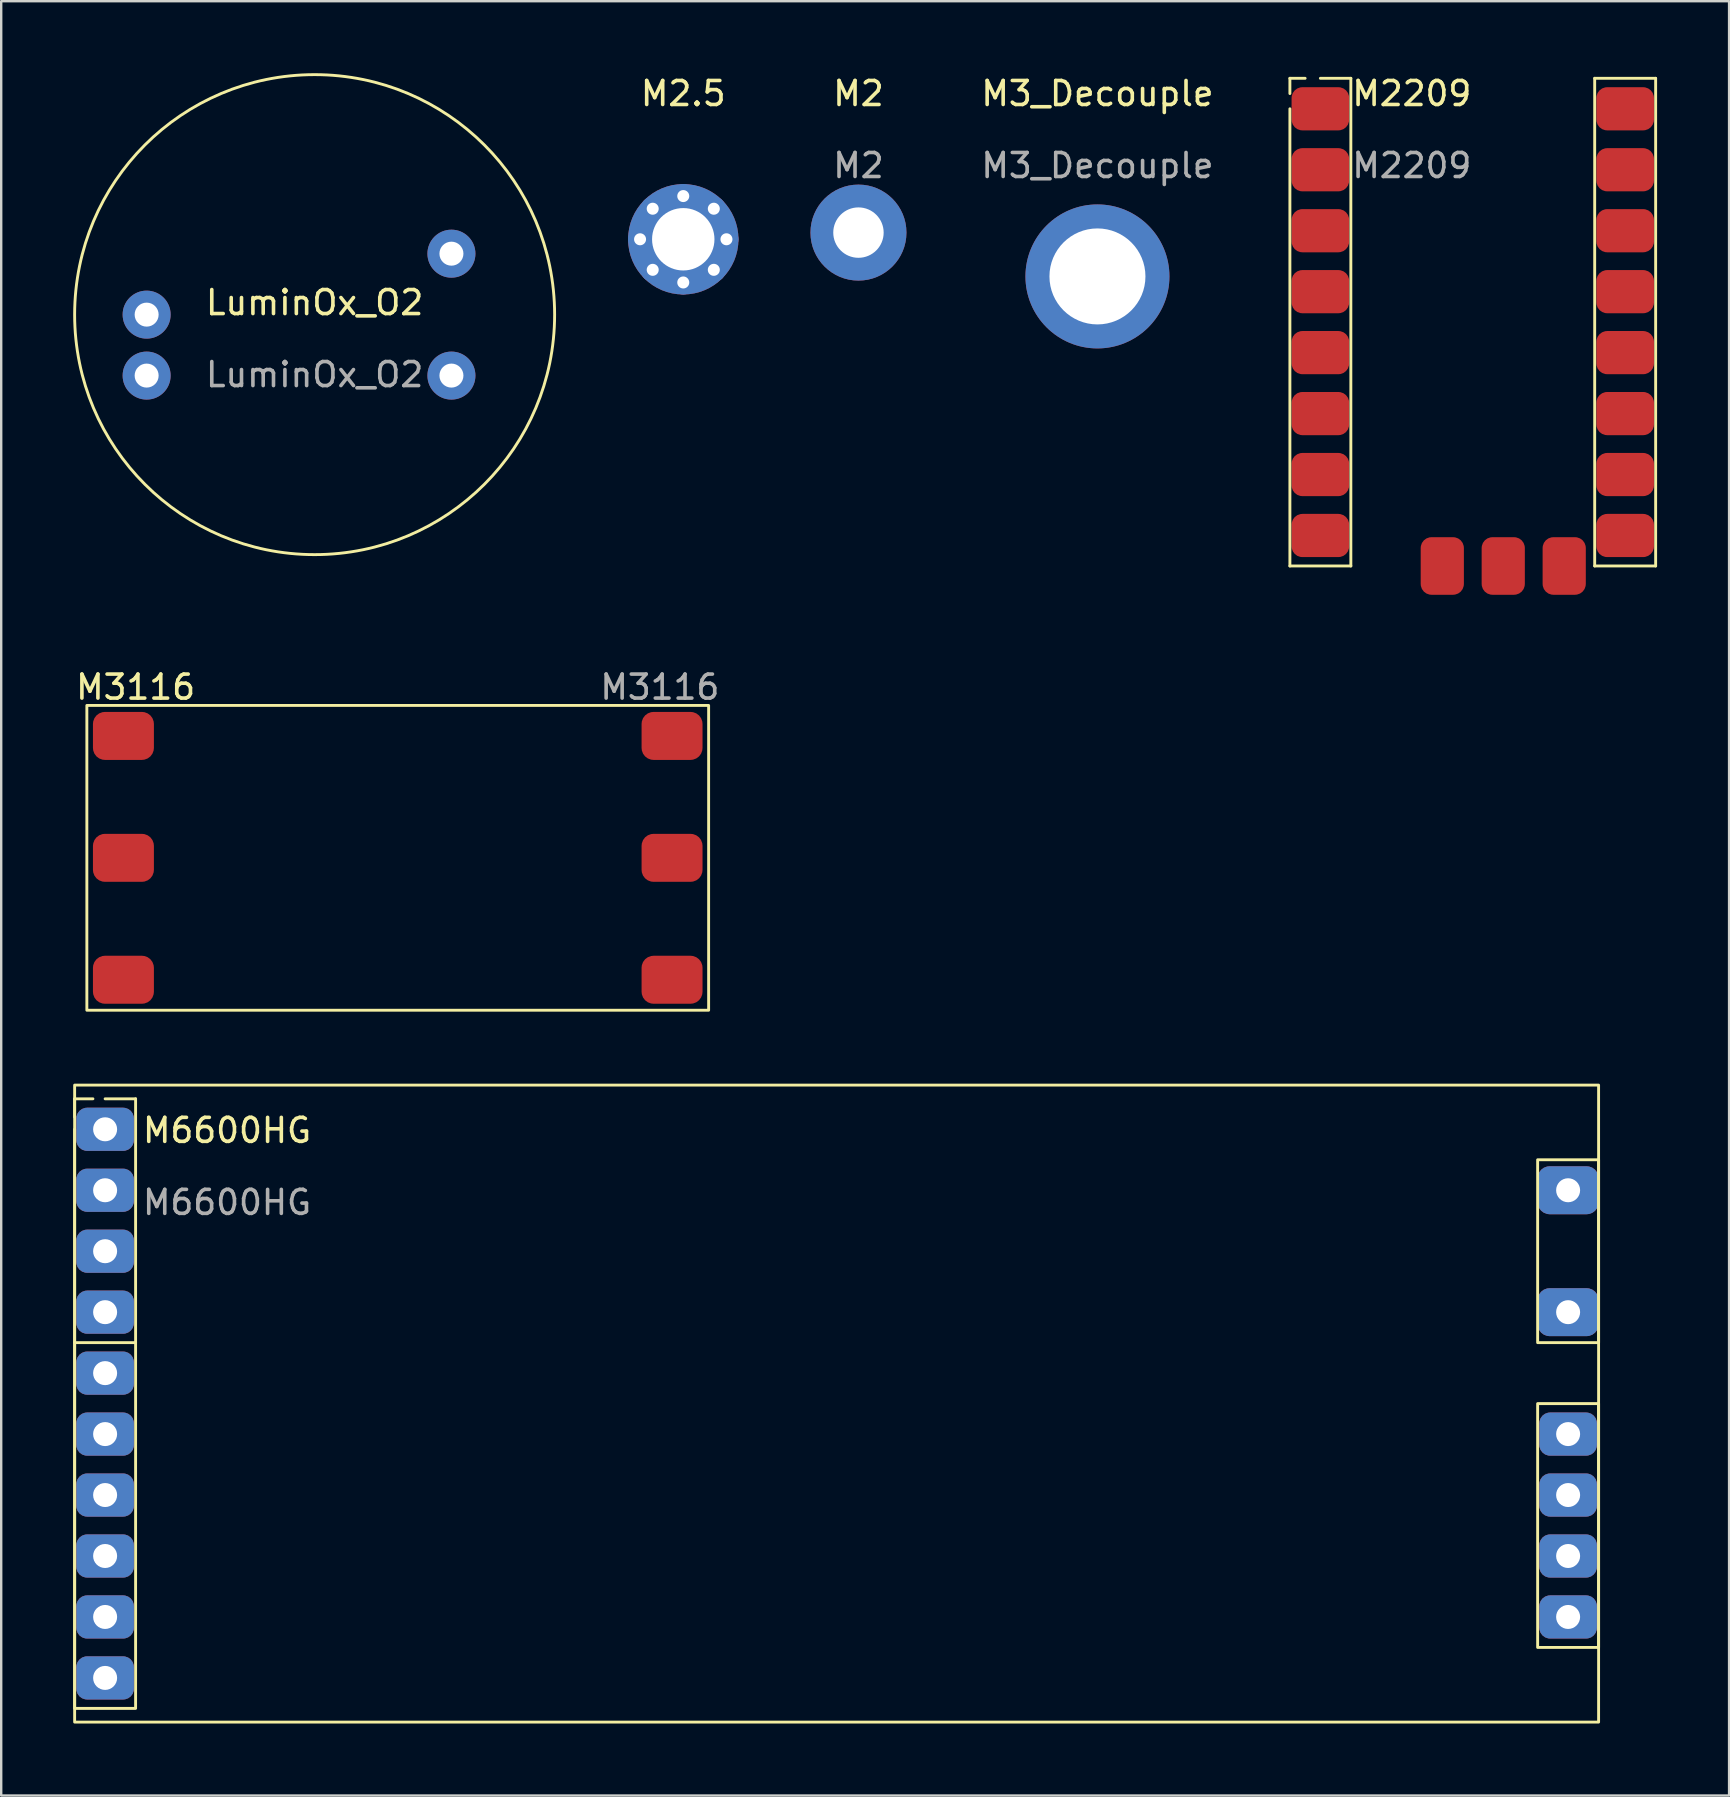
<source format=kicad_pcb>
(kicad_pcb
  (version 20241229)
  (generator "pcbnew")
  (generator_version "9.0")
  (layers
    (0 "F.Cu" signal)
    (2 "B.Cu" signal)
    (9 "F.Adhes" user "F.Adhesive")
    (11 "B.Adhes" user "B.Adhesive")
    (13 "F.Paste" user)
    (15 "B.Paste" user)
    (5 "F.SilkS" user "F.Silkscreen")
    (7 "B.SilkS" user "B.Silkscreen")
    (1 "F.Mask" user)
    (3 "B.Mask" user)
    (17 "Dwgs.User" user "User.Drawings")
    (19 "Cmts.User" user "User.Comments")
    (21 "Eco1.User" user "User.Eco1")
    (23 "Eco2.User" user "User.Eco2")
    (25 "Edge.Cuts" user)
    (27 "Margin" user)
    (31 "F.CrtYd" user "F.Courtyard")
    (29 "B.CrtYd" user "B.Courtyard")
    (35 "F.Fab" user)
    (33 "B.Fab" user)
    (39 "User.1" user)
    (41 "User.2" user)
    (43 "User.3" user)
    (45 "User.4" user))
  (footprint "M3116"
    (layer "F.Cu")
    (at 13.523 32.694)
    (property "Reference" "M3116" (at -10.922 -7.112 0) (unlocked yes) (layer "F.SilkS") (effects (font (size 1 1) (thickness 0.15))))
    (attr smd)
    (fp_rect (start -12.954 -6.35) (end 12.954 6.35) (stroke (width 0.12) (type solid)) (fill no) (layer "F.SilkS"))
    (fp_text user "${REFERENCE}" (at 10.922 -7.112 0) (unlocked yes) (layer "F.Fab") (effects (font (size 1 1) (thickness 0.15))))
    (pad "1" smd roundrect (at -11.43 -5.08) (size 2.54 2) (layers "F.Cu" "F.Mask" "F.Paste") (roundrect_rratio 0.25))
    (pad "2" smd roundrect (at -11.43 0) (size 2.54 2) (layers "F.Cu" "F.Mask" "F.Paste") (roundrect_rratio 0.25))
    (pad "3" smd roundrect (at -11.43 5.08) (size 2.54 2) (layers "F.Cu" "F.Mask" "F.Paste") (roundrect_rratio 0.25))
    (pad "4" smd roundrect (at 11.43 5.08) (size 2.54 2) (layers "F.Cu" "F.Mask" "F.Paste") (roundrect_rratio 0.25))
    (pad "5" smd roundrect (at 11.43 0) (size 2.54 2) (layers "F.Cu" "F.Mask" "F.Paste") (roundrect_rratio 0.25))
    (pad "6" smd roundrect (at 11.43 -5.08) (size 2.54 2) (layers "F.Cu" "F.Mask" "F.Paste") (roundrect_rratio 0.25)))
  (footprint "M3_Decouple"
    (layer "F.Cu")
    (at 42.678 8.468)
    (property "Reference" "M3_Decouple" (at 0 -7.62 0) (unlocked yes) (layer "F.SilkS") (effects (font (size 1 1) (thickness 0.15))))
    (attr through_hole)
    (fp_text user "${REFERENCE}" (at 0 -4.62 0) (unlocked yes) (layer "F.Fab") (effects (font (size 1 1) (thickness 0.15))))
    (pad "1" thru_hole circle (at 0 0) (size 6 6) (drill 4) (layers "*.Cu" "*.Mask")))
  (footprint "LuminOx_O2"
    (layer "F.Cu")
    (at 10.06 10.06)
    (property "Reference" "LuminOx_O2" (at 0 -0.5 0) (unlocked yes) (layer "F.SilkS") (effects (font (size 1 1) (thickness 0.15))))
    (attr through_hole)
    (fp_circle (center 0 0) (end 10 0) (stroke (width 0.12) (type default)) (fill no) (layer "F.SilkS"))
    (fp_text user "${REFERENCE}" (at 0 2.5 0) (unlocked yes) (layer "F.Fab") (effects (font (size 1 1) (thickness 0.15))))
    (pad "1" thru_hole circle (at 5.7 -2.54) (size 2 2) (drill 1) (layers "*.Cu" "*.Mask"))
    (pad "2" thru_hole circle (at 5.7 2.54) (size 2 2) (drill 1) (layers "*.Cu" "*.Mask"))
    (pad "3" thru_hole circle (at -7 0) (size 2 2) (drill 1) (layers "*.Cu" "*.Mask"))
    (pad "4" thru_hole circle (at -7 2.54) (size 2 2) (drill 1) (layers "*.Cu" "*.Mask")))
  (footprint "M2.5"
    (layer "F.Cu")
    (at 25.42 6.92)
    (property "Reference" "M2.5" (at 0 -6.072 0) (unlocked yes) (layer "F.SilkS") (effects (font (size 1 1) (thickness 0.15))))
    (attr through_hole)
    (pad "1" thru_hole circle (at -1.8 0) (size 1 1) (drill 0.5) (layers "*.Cu" "*.Mask"))
    (pad "1" thru_hole circle (at -1.273 -1.273) (size 1 1) (drill 0.5) (layers "*.Cu" "*.Mask"))
    (pad "1" thru_hole circle (at -1.273 1.273) (size 1 1) (drill 0.5) (layers "*.Cu" "*.Mask"))
    (pad "1" thru_hole circle (at 0 -1.8) (size 1 1) (drill 0.5) (layers "*.Cu" "*.Mask"))
    (pad "1" thru_hole circle (at 0 0) (size 4.6 4.6) (drill 2.6) (layers "*.Cu" "*.Mask"))
    (pad "1" thru_hole circle (at 0 1.8) (size 1 1) (drill 0.5) (layers "*.Cu" "*.Mask"))
    (pad "1" thru_hole circle (at 1.273 -1.273) (size 1 1) (drill 0.5) (layers "*.Cu" "*.Mask"))
    (pad "1" thru_hole circle (at 1.273 1.273) (size 1 1) (drill 0.5) (layers "*.Cu" "*.Mask"))
    (pad "1" thru_hole circle (at 1.8 0) (size 1 1) (drill 0.5) (layers "*.Cu" "*.Mask")))
  (footprint "M2"
    (layer "F.Cu")
    (at 32.72 6.642)
    (property "Reference" "M2" (at 0 -5.794 0) (unlocked yes) (layer "F.SilkS") (effects (font (size 1 1) (thickness 0.15))))
    (attr through_hole)
    (fp_text user "${REFERENCE}" (at 0 -2.794 0) (unlocked yes) (layer "F.Fab") (effects (font (size 1 1) (thickness 0.15))))
    (pad "1" thru_hole circle (at 0 0) (size 4 4) (drill 2.1) (layers "*.Cu" "*.Mask")))
  (footprint "M2209"
    (layer "F.Cu")
    (at 58.317 10.373)
    (property "Reference" "M2209" (at -2.54 -9.525 0) (unlocked yes) (layer "F.SilkS") (effects (font (size 1 1) (thickness 0.15))))
    (attr through_hole)
    (fp_line (start -7.62 -10.16) (end -7.62 -9.525) (stroke (width 0.12) (type solid)) (layer "F.SilkS"))
    (fp_line (start -7.62 -10.16) (end -6.985 -10.16) (stroke (width 0.12) (type solid)) (layer "F.SilkS"))
    (fp_line (start -7.62 -8.89) (end -7.62 10.16) (stroke (width 0.12) (type solid)) (layer "F.SilkS"))
    (fp_line (start -7.62 10.16) (end -5.08 10.16) (stroke (width 0.12) (type solid)) (layer "F.SilkS"))
    (fp_line (start -5.08 -10.16) (end -6.35 -10.16) (stroke (width 0.12) (type solid)) (layer "F.SilkS"))
    (fp_line (start -5.08 10.16) (end -5.08 -10.16) (stroke (width 0.12) (type solid)) (layer "F.SilkS"))
    (fp_line (start 5.08 -10.16) (end 5.08 10.16) (stroke (width 0.12) (type solid)) (layer "F.SilkS"))
    (fp_line (start 5.08 10.16) (end 7.62 10.16) (stroke (width 0.12) (type solid)) (layer "F.SilkS"))
    (fp_line (start 7.62 -10.16) (end 5.08 -10.16) (stroke (width 0.12) (type solid)) (layer "F.SilkS"))
    (fp_line (start 7.62 10.16) (end 7.62 -10.16) (stroke (width 0.12) (type solid)) (layer "F.SilkS"))
    (fp_text user "${REFERENCE}" (at -2.54 -6.525 0) (unlocked yes) (layer "F.Fab") (effects (font (size 1 1) (thickness 0.15))))
    (pad "1" smd roundrect (at -6.35 -8.89) (size 2.4 1.8) (layers "F.Cu" "F.Mask" "F.Paste") (roundrect_rratio 0.25))
    (pad "2" smd roundrect (at -6.35 -6.35) (size 2.4 1.8) (layers "F.Cu" "F.Mask" "F.Paste") (roundrect_rratio 0.25))
    (pad "3" smd roundrect (at -6.35 -3.81) (size 2.4 1.8) (layers "F.Cu" "F.Mask" "F.Paste") (roundrect_rratio 0.25))
    (pad "4" smd roundrect (at -6.35 -1.27) (size 2.4 1.8) (layers "F.Cu" "F.Mask" "F.Paste") (roundrect_rratio 0.25))
    (pad "5" smd roundrect (at -6.35 1.27) (size 2.4 1.8) (layers "F.Cu" "F.Mask" "F.Paste") (roundrect_rratio 0.25))
    (pad "6" smd roundrect (at -6.35 3.81) (size 2.4 1.8) (layers "F.Cu" "F.Mask" "F.Paste") (roundrect_rratio 0.25))
    (pad "7" smd roundrect (at -6.35 6.35) (size 2.4 1.8) (layers "F.Cu" "F.Mask" "F.Paste") (roundrect_rratio 0.25))
    (pad "8" smd roundrect (at -6.35 8.89) (size 2.4 1.8) (layers "F.Cu" "F.Mask" "F.Paste") (roundrect_rratio 0.25))
    (pad "9" smd roundrect (at 6.35 8.89) (size 2.4 1.8) (layers "F.Cu" "F.Mask" "F.Paste") (roundrect_rratio 0.25))
    (pad "10" smd roundrect (at 6.35 6.35) (size 2.4 1.8) (layers "F.Cu" "F.Mask" "F.Paste") (roundrect_rratio 0.25))
    (pad "11" smd roundrect (at 6.35 3.81) (size 2.4 1.8) (layers "F.Cu" "F.Mask" "F.Paste") (roundrect_rratio 0.25))
    (pad "12" smd roundrect (at 6.35 1.27) (size 2.4 1.8) (layers "F.Cu" "F.Mask" "F.Paste") (roundrect_rratio 0.25))
    (pad "13" smd roundrect (at 6.35 -1.27) (size 2.4 1.8) (layers "F.Cu" "F.Mask" "F.Paste") (roundrect_rratio 0.25))
    (pad "14" smd roundrect (at 6.35 -3.81) (size 2.4 1.8) (layers "F.Cu" "F.Mask" "F.Paste") (roundrect_rratio 0.25))
    (pad "15" smd roundrect (at 6.35 -6.35) (size 2.4 1.8) (layers "F.Cu" "F.Mask" "F.Paste") (roundrect_rratio 0.25))
    (pad "16" smd roundrect (at 6.35 -8.89) (size 2.4 1.8) (layers "F.Cu" "F.Mask" "F.Paste") (roundrect_rratio 0.25))
    (pad "17" smd roundrect (at 3.81 10.16 90) (size 2.4 1.8) (layers "F.Cu" "F.Mask" "F.Paste") (roundrect_rratio 0.25))
    (pad "18" smd roundrect (at 1.27 10.16 90) (size 2.4 1.8) (layers "F.Cu" "F.Mask" "F.Paste") (roundrect_rratio 0.25))
    (pad "19" smd roundrect (at -1.27 10.16 90) (size 2.4 1.8) (layers "F.Cu" "F.Mask" "F.Paste") (roundrect_rratio 0.25)))
  (footprint "M6600HG"
    (layer "F.Cu")
    (at 31.81 55.435)
    (property "Reference" "M6600HG" (at -25.4 -11.382 0) (unlocked yes) (layer "F.SilkS") (effects (font (size 1 1) (thickness 0.15))))
    (attr through_hole)
    (fp_line (start -31.75 -12.7) (end -30.988 -12.7) (stroke (width 0.12) (type solid)) (layer "F.SilkS"))
    (fp_line (start -31.75 -11.938) (end -31.75 -12.7) (stroke (width 0.12) (type solid)) (layer "F.SilkS"))
    (fp_line (start -31.75 -2.54) (end -31.75 -11.43) (stroke (width 0.12) (type solid)) (layer "F.SilkS"))
    (fp_line (start -30.48 -12.7) (end -29.21 -12.7) (stroke (width 0.12) (type solid)) (layer "F.SilkS"))
    (fp_line (start -29.21 -12.7) (end -29.21 -2.54) (stroke (width 0.12) (type solid)) (layer "F.SilkS"))
    (fp_rect (start -31.75 -13.271) (end 31.75 13.271) (stroke (width 0.12) (type solid)) (fill no) (layer "F.SilkS"))
    (fp_rect (start -31.75 -2.54) (end -29.21 12.7) (stroke (width 0.12) (type solid)) (fill no) (layer "F.SilkS"))
    (fp_rect (start 29.21 -10.16) (end 31.75 -2.54) (stroke (width 0.12) (type solid)) (fill no) (layer "F.SilkS"))
    (fp_rect (start 29.21 0) (end 31.75 10.16) (stroke (width 0.12) (type solid)) (fill no) (layer "F.SilkS"))
    (fp_text user "${REFERENCE}" (at -25.4 -8.382 0) (unlocked yes) (layer "F.Fab") (effects (font (size 1 1) (thickness 0.15))))
    (pad "1" thru_hole roundrect (at -30.48 -11.43) (size 2.4 1.8) (drill 1) (layers "*.Cu" "*.Mask") (roundrect_rratio 0.25))
    (pad "2" thru_hole roundrect (at -30.48 -8.89) (size 2.4 1.8) (drill 1) (layers "*.Cu" "*.Mask") (roundrect_rratio 0.25))
    (pad "3" thru_hole roundrect (at -30.48 -6.35) (size 2.4 1.8) (drill 1) (layers "*.Cu" "*.Mask") (roundrect_rratio 0.25))
    (pad "4" thru_hole roundrect (at -30.48 -3.81) (size 2.4 1.8) (drill 1) (layers "*.Cu" "*.Mask") (roundrect_rratio 0.25))
    (pad "5" thru_hole roundrect (at -30.48 -1.27) (size 2.4 1.8) (drill 1) (layers "*.Cu" "*.Mask") (roundrect_rratio 0.25))
    (pad "6" thru_hole roundrect (at -30.48 1.27) (size 2.4 1.8) (drill 1) (layers "*.Cu" "*.Mask") (roundrect_rratio 0.25))
    (pad "7" thru_hole roundrect (at -30.48 3.81) (size 2.4 1.8) (drill 1) (layers "*.Cu" "*.Mask") (roundrect_rratio 0.25))
    (pad "8" thru_hole roundrect (at -30.48 6.35) (size 2.4 1.8) (drill 1) (layers "*.Cu" "*.Mask") (roundrect_rratio 0.25))
    (pad "9" thru_hole roundrect (at -30.48 8.89) (size 2.4 1.8) (drill 1) (layers "*.Cu" "*.Mask") (roundrect_rratio 0.25))
    (pad "10" thru_hole roundrect (at -30.48 11.43) (size 2.4 1.8) (drill 1) (layers "*.Cu" "*.Mask") (roundrect_rratio 0.25))
    (pad "11" thru_hole roundrect (at 30.48 8.89) (size 2.4 1.8) (drill 1) (layers "*.Cu" "*.Mask") (roundrect_rratio 0.25))
    (pad "12" thru_hole roundrect (at 30.48 6.35) (size 2.4 1.8) (drill 1) (layers "*.Cu" "*.Mask") (roundrect_rratio 0.25))
    (pad "13" thru_hole roundrect (at 30.48 3.81) (size 2.4 1.8) (drill 1) (layers "*.Cu" "*.Mask") (roundrect_rratio 0.25))
    (pad "14" thru_hole roundrect (at 30.48 1.27) (size 2.4 1.8) (drill 1) (layers "*.Cu" "*.Mask") (roundrect_rratio 0.25))
    (pad "15" thru_hole roundrect (at 30.48 -3.81) (size 2.54 2) (drill 1) (layers "*.Cu" "*.Mask") (roundrect_rratio 0.25))
    (pad "16" thru_hole roundrect (at 30.48 -8.89) (size 2.54 2) (drill 1) (layers "*.Cu" "*.Mask") (roundrect_rratio 0.25)))
  (gr_rect
    (start -3 -3)
    (end 68.997 71.766)
    (stroke (width 0.1) (type default))
    (fill no)
    (layer "Edge.Cuts")))
</source>
